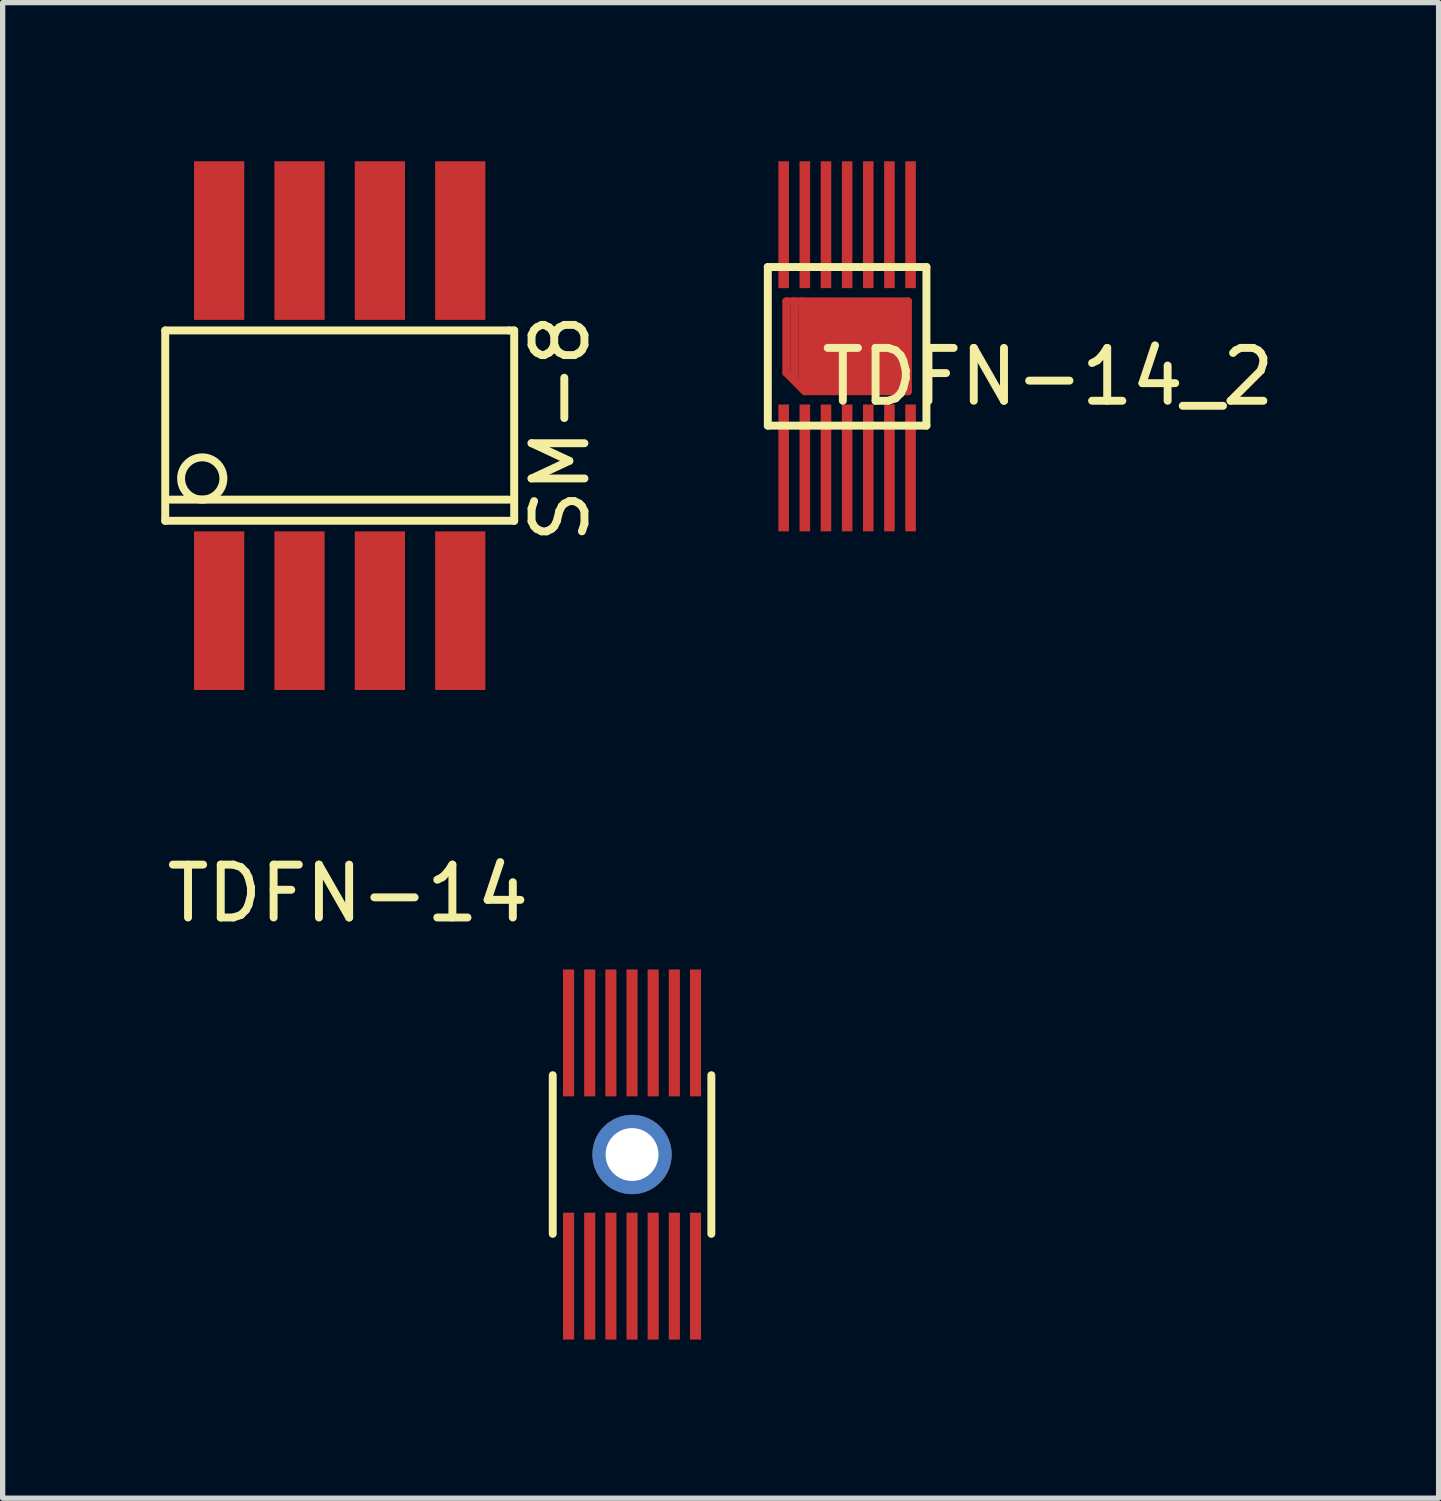
<source format=kicad_pcb>
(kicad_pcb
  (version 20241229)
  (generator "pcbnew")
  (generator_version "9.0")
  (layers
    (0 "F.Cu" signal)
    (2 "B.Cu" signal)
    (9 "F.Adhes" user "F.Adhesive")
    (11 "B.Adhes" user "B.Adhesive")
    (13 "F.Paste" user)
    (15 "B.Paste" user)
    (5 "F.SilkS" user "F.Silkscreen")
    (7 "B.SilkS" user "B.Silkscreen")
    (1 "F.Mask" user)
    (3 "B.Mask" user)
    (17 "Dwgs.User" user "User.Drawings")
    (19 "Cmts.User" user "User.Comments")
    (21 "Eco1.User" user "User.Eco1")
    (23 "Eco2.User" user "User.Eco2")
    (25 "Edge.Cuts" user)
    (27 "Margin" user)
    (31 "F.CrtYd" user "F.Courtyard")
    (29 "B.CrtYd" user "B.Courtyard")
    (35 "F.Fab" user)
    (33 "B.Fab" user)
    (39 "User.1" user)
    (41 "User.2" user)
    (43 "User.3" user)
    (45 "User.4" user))
  (footprint "TDFN-14"
    (layer "F.Cu")
    (at 8.904 18.786)
    (property "Reference" "TDFN-14" (at -5.374 -4.938 0) (layer "F.SilkS") (effects (font (size 1 1) (thickness 0.15))))
    (attr through_hole)
    (fp_line (start -2.2 -1) (end 2.2 -1) (stroke (width 0.15) (type solid)) (layer "F.Mask"))
    (fp_line (start -2.2 -0.7) (end 2.2 -0.7) (stroke (width 0.15) (type solid)) (layer "F.Mask"))
    (fp_line (start -2.2 -0.6) (end 2.2 -0.6) (stroke (width 0.15) (type solid)) (layer "F.Mask"))
    (fp_line (start -2.2 -0.5) (end 2.2 -0.5) (stroke (width 0.15) (type solid)) (layer "F.Mask"))
    (fp_line (start -2.2 -0.4) (end 2.2 -0.4) (stroke (width 0.15) (type solid)) (layer "F.Mask"))
    (fp_line (start -2.2 -0.3) (end 2.2 -0.3) (stroke (width 0.15) (type solid)) (layer "F.Mask"))
    (fp_line (start -2.2 0) (end 2.2 0) (stroke (width 0.15) (type solid)) (layer "F.Mask"))
    (fp_line (start -2.2 0.1) (end 2.2 0.1) (stroke (width 0.15) (type solid)) (layer "F.Mask"))
    (fp_line (start -2.2 0.3) (end 2.2 0.3) (stroke (width 0.15) (type solid)) (layer "F.Mask"))
    (fp_line (start -2.2 0.4) (end 2.2 0.4) (stroke (width 0.15) (type solid)) (layer "F.Mask"))
    (fp_line (start -2.2 0.6) (end 2.2 0.6) (stroke (width 0.15) (type solid)) (layer "F.Mask"))
    (fp_line (start -2.2 0.8) (end 2.2 0.8) (stroke (width 0.15) (type solid)) (layer "F.Mask"))
    (fp_line (start -2.2 1) (end -2.2 -1) (stroke (width 0.15) (type solid)) (layer "F.Mask"))
    (fp_line (start -2.1 -0.8) (end 2.2 -0.8) (stroke (width 0.15) (type solid)) (layer "F.Mask"))
    (fp_line (start 2.2 -1) (end 2.2 1) (stroke (width 0.15) (type solid)) (layer "F.Mask"))
    (fp_line (start 2.2 -0.9) (end -2.2 -0.9) (stroke (width 0.15) (type solid)) (layer "F.Mask"))
    (fp_line (start 2.2 -0.2) (end -2.2 -0.2) (stroke (width 0.15) (type solid)) (layer "F.Mask"))
    (fp_line (start 2.2 -0.1) (end -2.2 -0.1) (stroke (width 0.15) (type solid)) (layer "F.Mask"))
    (fp_line (start 2.2 0.2) (end -2.2 0.2) (stroke (width 0.15) (type solid)) (layer "F.Mask"))
    (fp_line (start 2.2 0.4) (end 2.2 0.3) (stroke (width 0.15) (type solid)) (layer "F.Mask"))
    (fp_line (start 2.2 0.5) (end -2.2 0.5) (stroke (width 0.15) (type solid)) (layer "F.Mask"))
    (fp_line (start 2.2 0.7) (end -2.2 0.7) (stroke (width 0.15) (type solid)) (layer "F.Mask"))
    (fp_line (start 2.2 0.9) (end -2.2 0.9) (stroke (width 0.15) (type solid)) (layer "F.Mask"))
    (fp_line (start 2.2 1) (end -2.2 1) (stroke (width 0.15) (type solid)) (layer "F.Mask"))
    (fp_line (start -1.5 1.5) (end -1.5 -1.5) (stroke (width 0.15) (type solid)) (layer "F.SilkS"))
    (fp_line (start 1.5 -1.5) (end 1.5 1.5) (stroke (width 0.15) (type solid)) (layer "F.SilkS"))
    (pad "1" smd rect (at -1.2 2.3) (size 0.21 2.4) (layers "F.Cu" "F.Mask" "F.Paste"))
    (pad "2" smd rect (at -0.8 2.3) (size 0.21 2.4) (layers "F.Cu" "F.Mask" "F.Paste"))
    (pad "3" smd rect (at -0.4 2.3) (size 0.21 2.4) (layers "F.Cu" "F.Mask" "F.Paste"))
    (pad "4" smd rect (at 0 2.3) (size 0.21 2.4) (layers "F.Cu" "F.Mask" "F.Paste"))
    (pad "5" smd rect (at 0.4 2.3) (size 0.21 2.4) (layers "F.Cu" "F.Mask" "F.Paste"))
    (pad "6" smd rect (at 0.8 2.3) (size 0.21 2.4) (layers "F.Cu" "F.Mask" "F.Paste"))
    (pad "7" smd rect (at 1.2 2.3) (size 0.21 2.4) (layers "F.Cu" "F.Mask" "F.Paste"))
    (pad "8" thru_hole circle (at 0 0) (size 1.5 1.5) (drill 1) (layers "*.Cu"))
    (pad "8" smd rect (at 1.2 -2.3) (size 0.21 2.4) (layers "F.Cu" "F.Mask" "F.Paste"))
    (pad "9" smd rect (at 0.8 -2.3) (size 0.21 2.4) (layers "F.Cu" "F.Mask" "F.Paste"))
    (pad "10" smd rect (at 0.4 -2.3) (size 0.21 2.4) (layers "F.Cu" "F.Mask" "F.Paste"))
    (pad "11" smd rect (at 0 -2.3) (size 0.21 2.4) (layers "F.Cu" "F.Mask" "F.Paste"))
    (pad "12" smd rect (at -0.4 -2.3) (size 0.21 2.4) (layers "F.Cu" "F.Mask" "F.Paste"))
    (pad "13" smd rect (at -0.8 -2.3) (size 0.21 2.4) (layers "F.Cu" "F.Mask" "F.Paste"))
    (pad "14" smd rect (at -1.2 -2.3) (size 0.21 2.4) (layers "F.Cu" "F.Mask" "F.Paste")))
  (footprint "SM-8"
    (layer "F.Cu")
    (at 3.375 5)
    (property "Reference" "SM-8" (at 4.174 0.047 90) (layer "F.SilkS") (effects (font (size 1 1) (thickness 0.15))))
    (attr through_hole)
    (fp_line (start -3.3 -1.8) (end 3.2 -1.8) (stroke (width 0.15) (type solid)) (layer "F.SilkS"))
    (fp_line (start -3.3 1.8) (end -3.3 -1.8) (stroke (width 0.15) (type solid)) (layer "F.SilkS"))
    (fp_line (start -3.2 1.4) (end 3.2 1.4) (stroke (width 0.15) (type solid)) (layer "F.SilkS"))
    (fp_line (start 3.2 -1.8) (end 3.3 -1.8) (stroke (width 0.15) (type solid)) (layer "F.SilkS"))
    (fp_line (start 3.3 -1.8) (end 3.3 1.8) (stroke (width 0.15) (type solid)) (layer "F.SilkS"))
    (fp_line (start 3.3 1.8) (end -3.3 1.8) (stroke (width 0.15) (type solid)) (layer "F.SilkS"))
    (fp_circle (center -2.6 1) (end -2.6 1.4) (stroke (width 0.15) (type solid)) (fill no) (layer "F.SilkS"))
    (pad "1" smd rect (at -2.28 3.5) (size 0.95 3) (layers "F.Cu" "F.Mask" "F.Paste"))
    (pad "2" smd rect (at -0.76 3.5) (size 0.95 3) (layers "F.Cu" "F.Mask" "F.Paste"))
    (pad "3" smd rect (at 0.76 3.5) (size 0.95 3) (layers "F.Cu" "F.Mask" "F.Paste"))
    (pad "4" smd rect (at 2.28 3.5) (size 0.95 3) (layers "F.Cu" "F.Mask" "F.Paste"))
    (pad "5" smd rect (at 2.28 -3.5) (size 0.95 3) (layers "F.Cu" "F.Mask" "F.Paste"))
    (pad "6" smd rect (at 0.76 -3.5) (size 0.95 3) (layers "F.Cu" "F.Mask" "F.Paste"))
    (pad "7" smd rect (at -0.76 -3.5) (size 0.95 3) (layers "F.Cu" "F.Mask" "F.Paste"))
    (pad "8" smd rect (at -2.28 -3.5) (size 0.95 3) (layers "F.Cu" "F.Mask" "F.Paste")))
  (footprint "TDFN-14_2"
    (layer "F.Cu")
    (at 12.972 3.5)
    (property "Reference" "TDFN-14_2" (at 3.8 0.575 0) (layer "F.SilkS") (effects (font (size 1 1) (thickness 0.15))))
    (attr through_hole)
    (fp_line (start -1.15 -0.85) (end 1.15 -0.85) (stroke (width 0.15) (type solid)) (layer "F.Cu"))
    (fp_line (start -1.15 0.5) (end -1.15 -0.85) (stroke (width 0.15) (type solid)) (layer "F.Cu"))
    (fp_line (start -1 -0.85) (end -1 0.6) (stroke (width 0.15) (type solid)) (layer "F.Cu"))
    (fp_line (start -0.85 -0.85) (end -0.85 0.8) (stroke (width 0.15) (type solid)) (layer "F.Cu"))
    (fp_line (start -0.8 0.85) (end -1.15 0.5) (stroke (width 0.15) (type solid)) (layer "F.Cu"))
    (fp_line (start 1.15 -0.85) (end 1.15 0.85) (stroke (width 0.15) (type solid)) (layer "F.Cu"))
    (fp_line (start 1.15 0.85) (end -0.8 0.85) (stroke (width 0.15) (type solid)) (layer "F.Cu"))
    (fp_line (start -1.5 -1.5) (end 1.5 -1.5) (stroke (width 0.15) (type solid)) (layer "F.SilkS"))
    (fp_line (start -1.5 1.5) (end -1.5 -1.5) (stroke (width 0.15) (type solid)) (layer "F.SilkS"))
    (fp_line (start 1.5 -1.5) (end 1.5 1.5) (stroke (width 0.15) (type solid)) (layer "F.SilkS"))
    (fp_line (start 1.5 1.5) (end -1.5 1.5) (stroke (width 0.15) (type solid)) (layer "F.SilkS"))
    (pad "1" smd rect (at -1.2 2.3) (size 0.2 2.4) (layers "F.Cu" "F.Mask" "F.Paste"))
    (pad "2" smd rect (at -0.8 2.3) (size 0.2 2.4) (layers "F.Cu" "F.Mask" "F.Paste"))
    (pad "3" smd rect (at -0.4 2.3) (size 0.2 2.4) (layers "F.Cu" "F.Mask" "F.Paste"))
    (pad "4" smd rect (at 0 2.3) (size 0.2 2.4) (layers "F.Cu" "F.Mask" "F.Paste"))
    (pad "5" smd rect (at 0.4 2.3) (size 0.2 2.4) (layers "F.Cu" "F.Mask" "F.Paste"))
    (pad "6" smd rect (at 0.8 2.3) (size 0.2 2.4) (layers "F.Cu" "F.Mask" "F.Paste"))
    (pad "7" smd rect (at 1.2 2.3) (size 0.2 2.4) (layers "F.Cu" "F.Mask" "F.Paste"))
    (pad "8" smd rect (at -1.2 -2.3) (size 0.2 2.4) (layers "F.Cu" "F.Mask" "F.Paste"))
    (pad "9" smd rect (at -0.8 -2.3) (size 0.2 2.4) (layers "F.Cu" "F.Mask" "F.Paste"))
    (pad "10" smd rect (at -0.4 -2.3) (size 0.2 2.4) (layers "F.Cu" "F.Mask" "F.Paste"))
    (pad "11" smd rect (at 0 -2.3) (size 0.2 2.4) (layers "F.Cu" "F.Mask" "F.Paste"))
    (pad "12" smd rect (at 0.4 -2.3) (size 0.2 2.4) (layers "F.Cu" "F.Mask" "F.Paste"))
    (pad "13" smd rect (at 0.8 -2.3) (size 0.2 2.4) (layers "F.Cu" "F.Mask" "F.Paste"))
    (pad "14" smd rect (at 1.2 -2.3) (size 0.2 2.4) (layers "F.Cu" "F.Mask" "F.Paste"))
    (pad "15" smd rect (at 0.15 0) (size 2 1.6) (layers "F.Cu" "F.Mask" "F.Paste")))
  (gr_rect
    (start -3 -3)
    (end 24.159 25.286)
    (stroke (width 0.1) (type default))
    (fill no)
    (layer "Edge.Cuts")))
</source>
